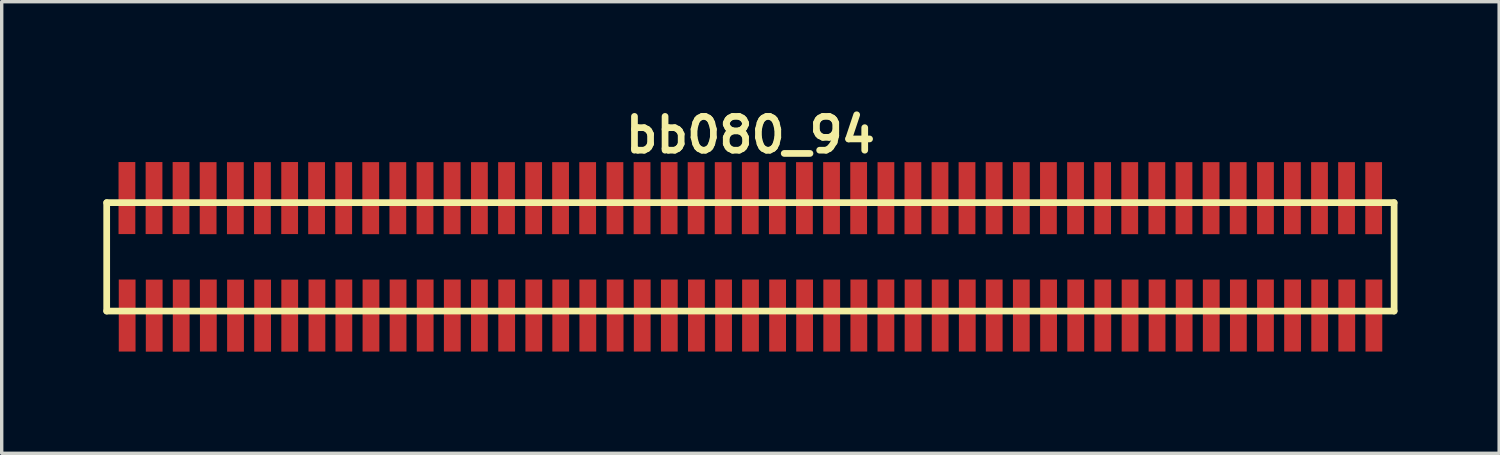
<source format=kicad_pcb>
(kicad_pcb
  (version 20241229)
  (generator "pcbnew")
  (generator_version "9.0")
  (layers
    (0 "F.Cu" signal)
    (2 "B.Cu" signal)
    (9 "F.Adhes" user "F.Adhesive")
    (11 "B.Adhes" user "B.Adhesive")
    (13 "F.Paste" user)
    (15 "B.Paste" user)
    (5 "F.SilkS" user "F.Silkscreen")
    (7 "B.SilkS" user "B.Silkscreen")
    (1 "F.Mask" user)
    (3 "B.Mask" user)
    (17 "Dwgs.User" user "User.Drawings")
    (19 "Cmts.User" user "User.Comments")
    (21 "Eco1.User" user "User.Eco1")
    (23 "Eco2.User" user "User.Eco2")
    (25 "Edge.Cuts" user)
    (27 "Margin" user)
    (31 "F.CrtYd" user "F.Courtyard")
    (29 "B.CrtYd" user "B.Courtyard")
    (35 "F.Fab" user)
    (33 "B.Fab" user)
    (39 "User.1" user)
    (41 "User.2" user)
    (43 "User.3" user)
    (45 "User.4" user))
  (footprint "bb080_94"
    (layer "F.Cu")
    (at 19.098 4.531)
    (property "Reference" "bb080_94" (at 0 -3.599 0) (layer "F.SilkS") (effects (font (size 0.998 0.998) (thickness 0.198))))
    (attr smd)
    (fp_line (start -18.999 -1.6) (end -18.999 1.6) (stroke (width 0.198) (type solid)) (layer "F.SilkS"))
    (fp_line (start -18.999 1.6) (end 18.999 1.6) (stroke (width 0.198) (type solid)) (layer "F.SilkS"))
    (fp_line (start 18.999 -1.6) (end -18.999 -1.6) (stroke (width 0.198) (type solid)) (layer "F.SilkS"))
    (fp_line (start 18.999 1.6) (end 18.999 -1.6) (stroke (width 0.198) (type solid)) (layer "F.SilkS"))
    (pad "1" smd rect (at -18.395 1.732) (size 0.495 2.126) (layers "F.Cu" "F.Mask" "F.Paste"))
    (pad "2" smd rect (at -18.402 -1.735) (size 0.495 2.126) (layers "F.Cu" "F.Mask" "F.Paste"))
    (pad "3" smd rect (at -17.597 1.735) (size 0.495 2.126) (layers "F.Cu" "F.Mask" "F.Paste"))
    (pad "4" smd rect (at -17.602 -1.735) (size 0.495 2.126) (layers "F.Cu" "F.Mask" "F.Paste"))
    (pad "5" smd rect (at -16.8 1.735) (size 0.495 2.126) (layers "F.Cu" "F.Mask" "F.Paste"))
    (pad "6" smd rect (at -16.805 -1.735) (size 0.495 2.126) (layers "F.Cu" "F.Mask" "F.Paste"))
    (pad "7" smd rect (at -15.999 1.732) (size 0.495 2.126) (layers "F.Cu" "F.Mask" "F.Paste"))
    (pad "8" smd rect (at -16.005 -1.732) (size 0.495 2.126) (layers "F.Cu" "F.Mask" "F.Paste"))
    (pad "9" smd rect (at -15.197 1.735) (size 0.495 2.126) (layers "F.Cu" "F.Mask" "F.Paste"))
    (pad "10" smd rect (at -15.202 -1.732) (size 0.495 2.126) (layers "F.Cu" "F.Mask" "F.Paste"))
    (pad "11" smd rect (at -14.397 1.735) (size 0.495 2.126) (layers "F.Cu" "F.Mask" "F.Paste"))
    (pad "12" smd rect (at -14.402 -1.732) (size 0.495 2.126) (layers "F.Cu" "F.Mask" "F.Paste"))
    (pad "13" smd rect (at -13.597 1.735) (size 0.495 2.126) (layers "F.Cu" "F.Mask" "F.Paste"))
    (pad "14" smd rect (at -13.599 -1.735) (size 0.495 2.126) (layers "F.Cu" "F.Mask" "F.Paste"))
    (pad "15" smd rect (at -12.794 1.732) (size 0.495 2.126) (layers "F.Cu" "F.Mask" "F.Paste"))
    (pad "16" smd rect (at -12.804 -1.732) (size 0.495 2.126) (layers "F.Cu" "F.Mask" "F.Paste"))
    (pad "17" smd rect (at -11.999 1.732) (size 0.495 2.126) (layers "F.Cu" "F.Mask" "F.Paste"))
    (pad "18" smd rect (at -12.004 -1.732) (size 0.495 2.126) (layers "F.Cu" "F.Mask" "F.Paste"))
    (pad "19" smd rect (at -11.199 1.732) (size 0.495 2.126) (layers "F.Cu" "F.Mask" "F.Paste"))
    (pad "20" smd rect (at -11.206 -1.732) (size 0.495 2.126) (layers "F.Cu" "F.Mask" "F.Paste"))
    (pad "21" smd rect (at -10.399 1.732) (size 0.495 2.126) (layers "F.Cu" "F.Mask" "F.Paste"))
    (pad "22" smd rect (at -10.406 -1.732) (size 0.495 2.126) (layers "F.Cu" "F.Mask" "F.Paste"))
    (pad "23" smd rect (at -9.599 1.732) (size 0.495 2.126) (layers "F.Cu" "F.Mask" "F.Paste"))
    (pad "24" smd rect (at -9.604 -1.732) (size 0.495 2.126) (layers "F.Cu" "F.Mask" "F.Paste"))
    (pad "25" smd rect (at -8.799 1.732) (size 0.495 2.126) (layers "F.Cu" "F.Mask" "F.Paste"))
    (pad "26" smd rect (at -8.804 -1.732) (size 0.495 2.126) (layers "F.Cu" "F.Mask" "F.Paste"))
    (pad "27" smd rect (at -7.998 1.732) (size 0.495 2.126) (layers "F.Cu" "F.Mask" "F.Paste"))
    (pad "28" smd rect (at -7.998 -1.732) (size 0.495 2.126) (layers "F.Cu" "F.Mask" "F.Paste"))
    (pad "29" smd rect (at -7.193 1.732) (size 0.495 2.126) (layers "F.Cu" "F.Mask" "F.Paste"))
    (pad "30" smd rect (at -7.198 -1.732) (size 0.495 2.126) (layers "F.Cu" "F.Mask" "F.Paste"))
    (pad "31" smd rect (at -6.393 1.732) (size 0.495 2.126) (layers "F.Cu" "F.Mask" "F.Paste"))
    (pad "32" smd rect (at -6.398 -1.732) (size 0.495 2.126) (layers "F.Cu" "F.Mask" "F.Paste"))
    (pad "33" smd rect (at -5.598 1.732) (size 0.495 2.126) (layers "F.Cu" "F.Mask" "F.Paste"))
    (pad "34" smd rect (at -5.603 -1.732) (size 0.495 2.126) (layers "F.Cu" "F.Mask" "F.Paste"))
    (pad "35" smd rect (at -4.798 1.732) (size 0.495 2.126) (layers "F.Cu" "F.Mask" "F.Paste"))
    (pad "36" smd rect (at -4.803 -1.732) (size 0.495 2.126) (layers "F.Cu" "F.Mask" "F.Paste"))
    (pad "37" smd rect (at -3.993 1.732) (size 0.495 2.126) (layers "F.Cu" "F.Mask" "F.Paste"))
    (pad "38" smd rect (at -3.998 -1.732) (size 0.495 2.126) (layers "F.Cu" "F.Mask" "F.Paste"))
    (pad "39" smd rect (at -3.193 1.732) (size 0.495 2.126) (layers "F.Cu" "F.Mask" "F.Paste"))
    (pad "40" smd rect (at -3.198 -1.732) (size 0.495 2.126) (layers "F.Cu" "F.Mask" "F.Paste"))
    (pad "41" smd rect (at -2.393 1.732) (size 0.495 2.126) (layers "F.Cu" "F.Mask" "F.Paste"))
    (pad "42" smd rect (at -2.398 -1.732) (size 0.495 2.126) (layers "F.Cu" "F.Mask" "F.Paste"))
    (pad "43" smd rect (at -1.593 1.732) (size 0.495 2.126) (layers "F.Cu" "F.Mask" "F.Paste"))
    (pad "44" smd rect (at -1.603 -1.732) (size 0.495 2.126) (layers "F.Cu" "F.Mask" "F.Paste"))
    (pad "45" smd rect (at -0.792 1.732) (size 0.495 2.126) (layers "F.Cu" "F.Mask" "F.Paste"))
    (pad "46" smd rect (at -0.803 -1.732) (size 0.495 2.126) (layers "F.Cu" "F.Mask" "F.Paste"))
    (pad "47" smd rect (at 0.003 1.732) (size 0.495 2.126) (layers "F.Cu" "F.Mask" "F.Paste"))
    (pad "48" smd rect (at -0.003 -1.732) (size 0.495 2.126) (layers "F.Cu" "F.Mask" "F.Paste"))
    (pad "49" smd rect (at 0.803 1.732) (size 0.495 2.126) (layers "F.Cu" "F.Mask" "F.Paste"))
    (pad "50" smd rect (at 0.795 -1.732) (size 0.495 2.126) (layers "F.Cu" "F.Mask" "F.Paste"))
    (pad "51" smd rect (at 1.6 1.732) (size 0.495 2.126) (layers "F.Cu" "F.Mask" "F.Paste"))
    (pad "52" smd rect (at 1.595 -1.732) (size 0.495 2.126) (layers "F.Cu" "F.Mask" "F.Paste"))
    (pad "53" smd rect (at 2.4 1.732) (size 0.495 2.126) (layers "F.Cu" "F.Mask" "F.Paste"))
    (pad "54" smd rect (at 2.395 -1.732) (size 0.495 2.126) (layers "F.Cu" "F.Mask" "F.Paste"))
    (pad "55" smd rect (at 3.2 1.732) (size 0.495 2.126) (layers "F.Cu" "F.Mask" "F.Paste"))
    (pad "56" smd rect (at 3.195 -1.732) (size 0.495 2.126) (layers "F.Cu" "F.Mask" "F.Paste"))
    (pad "57" smd rect (at 4 1.732) (size 0.495 2.126) (layers "F.Cu" "F.Mask" "F.Paste"))
    (pad "58" smd rect (at 4 -1.732) (size 0.495 2.126) (layers "F.Cu" "F.Mask" "F.Paste"))
    (pad "59" smd rect (at 4.801 1.732) (size 0.495 2.126) (layers "F.Cu" "F.Mask" "F.Paste"))
    (pad "60" smd rect (at 4.796 -1.732) (size 0.495 2.126) (layers "F.Cu" "F.Mask" "F.Paste"))
    (pad "61" smd rect (at 5.601 1.732) (size 0.495 2.126) (layers "F.Cu" "F.Mask" "F.Paste"))
    (pad "62" smd rect (at 5.596 -1.732) (size 0.495 2.126) (layers "F.Cu" "F.Mask" "F.Paste"))
    (pad "63" smd rect (at 6.401 1.732) (size 0.495 2.126) (layers "F.Cu" "F.Mask" "F.Paste"))
    (pad "64" smd rect (at 6.393 -1.732) (size 0.495 2.126) (layers "F.Cu" "F.Mask" "F.Paste"))
    (pad "65" smd rect (at 7.196 1.732) (size 0.495 2.126) (layers "F.Cu" "F.Mask" "F.Paste"))
    (pad "66" smd rect (at 7.193 -1.732) (size 0.495 2.126) (layers "F.Cu" "F.Mask" "F.Paste"))
    (pad "67" smd rect (at 7.996 1.732) (size 0.495 2.126) (layers "F.Cu" "F.Mask" "F.Paste"))
    (pad "68" smd rect (at 7.996 -1.732) (size 0.495 2.126) (layers "F.Cu" "F.Mask" "F.Paste"))
    (pad "69" smd rect (at 8.801 1.732) (size 0.495 2.126) (layers "F.Cu" "F.Mask" "F.Paste"))
    (pad "70" smd rect (at 8.796 -1.732) (size 0.495 2.126) (layers "F.Cu" "F.Mask" "F.Paste"))
    (pad "71" smd rect (at 9.601 1.732) (size 0.495 2.126) (layers "F.Cu" "F.Mask" "F.Paste"))
    (pad "72" smd rect (at 9.596 -1.732) (size 0.495 2.126) (layers "F.Cu" "F.Mask" "F.Paste"))
    (pad "73" smd rect (at 10.401 1.732) (size 0.495 2.126) (layers "F.Cu" "F.Mask" "F.Paste"))
    (pad "74" smd rect (at 10.396 -1.732) (size 0.495 2.126) (layers "F.Cu" "F.Mask" "F.Paste"))
    (pad "75" smd rect (at 11.206 1.732) (size 0.495 2.126) (layers "F.Cu" "F.Mask" "F.Paste"))
    (pad "76" smd rect (at 11.196 -1.732) (size 0.495 2.126) (layers "F.Cu" "F.Mask" "F.Paste"))
    (pad "77" smd rect (at 12.002 1.732) (size 0.495 2.126) (layers "F.Cu" "F.Mask" "F.Paste"))
    (pad "78" smd rect (at 11.996 -1.732) (size 0.495 2.126) (layers "F.Cu" "F.Mask" "F.Paste"))
    (pad "79" smd rect (at 12.802 1.732) (size 0.495 2.126) (layers "F.Cu" "F.Mask" "F.Paste"))
    (pad "80" smd rect (at 12.797 -1.732) (size 0.495 2.126) (layers "F.Cu" "F.Mask" "F.Paste"))
    (pad "81" smd rect (at 13.602 1.732) (size 0.495 2.126) (layers "F.Cu" "F.Mask" "F.Paste"))
    (pad "82" smd rect (at 13.597 -1.732) (size 0.495 2.126) (layers "F.Cu" "F.Mask" "F.Paste"))
    (pad "83" smd rect (at 14.402 1.732) (size 0.495 2.126) (layers "F.Cu" "F.Mask" "F.Paste"))
    (pad "84" smd rect (at 14.397 -1.732) (size 0.495 2.126) (layers "F.Cu" "F.Mask" "F.Paste"))
    (pad "85" smd rect (at 15.202 1.732) (size 0.495 2.126) (layers "F.Cu" "F.Mask" "F.Paste"))
    (pad "86" smd rect (at 15.202 -1.732) (size 0.495 2.126) (layers "F.Cu" "F.Mask" "F.Paste"))
    (pad "87" smd rect (at 16.002 1.732) (size 0.495 2.126) (layers "F.Cu" "F.Mask" "F.Paste"))
    (pad "88" smd rect (at 15.997 -1.732) (size 0.495 2.126) (layers "F.Cu" "F.Mask" "F.Paste"))
    (pad "89" smd rect (at 16.802 1.732) (size 0.495 2.126) (layers "F.Cu" "F.Mask" "F.Paste"))
    (pad "90" smd rect (at 16.797 -1.732) (size 0.495 2.126) (layers "F.Cu" "F.Mask" "F.Paste"))
    (pad "91" smd rect (at 17.602 1.732) (size 0.495 2.126) (layers "F.Cu" "F.Mask" "F.Paste"))
    (pad "92" smd rect (at 17.595 -1.732) (size 0.495 2.126) (layers "F.Cu" "F.Mask" "F.Paste"))
    (pad "93" smd rect (at 18.402 1.732) (size 0.495 2.126) (layers "F.Cu" "F.Mask" "F.Paste"))
    (pad "94" smd rect (at 18.395 -1.732) (size 0.495 2.126) (layers "F.Cu" "F.Mask" "F.Paste")))
  (gr_rect
    (start -3 -3)
    (end 41.197 10.329)
    (stroke (width 0.1) (type default))
    (fill no)
    (layer "Edge.Cuts")))
</source>
